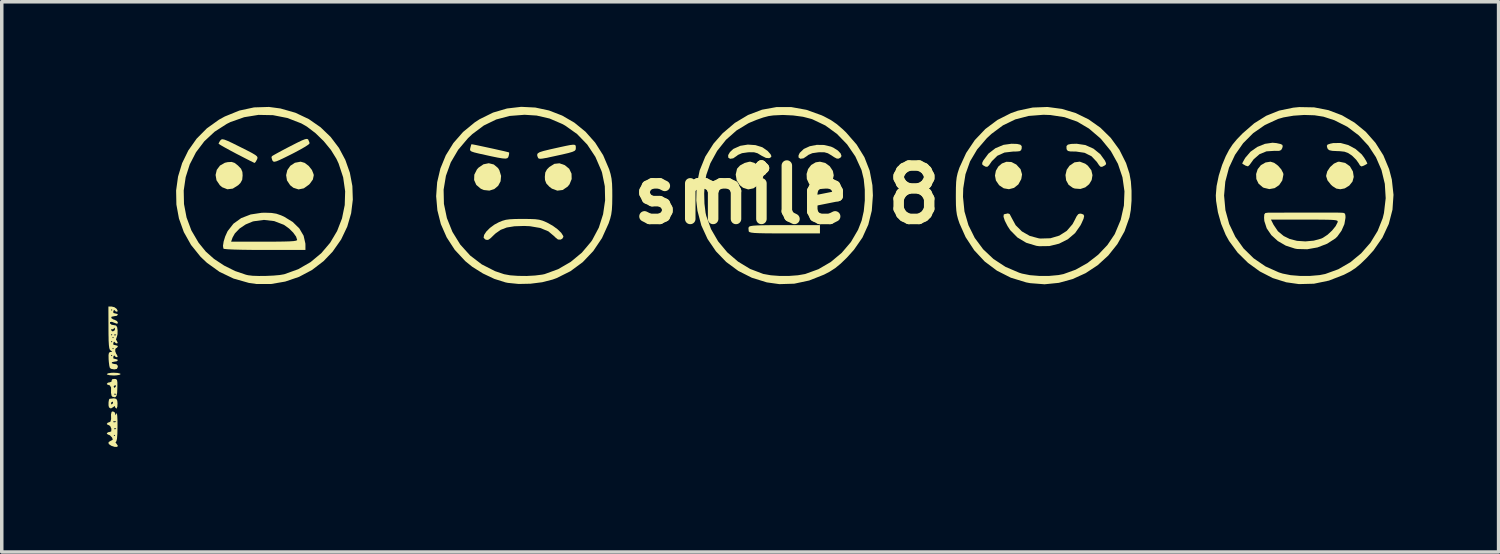
<source format=kicad_pcb>
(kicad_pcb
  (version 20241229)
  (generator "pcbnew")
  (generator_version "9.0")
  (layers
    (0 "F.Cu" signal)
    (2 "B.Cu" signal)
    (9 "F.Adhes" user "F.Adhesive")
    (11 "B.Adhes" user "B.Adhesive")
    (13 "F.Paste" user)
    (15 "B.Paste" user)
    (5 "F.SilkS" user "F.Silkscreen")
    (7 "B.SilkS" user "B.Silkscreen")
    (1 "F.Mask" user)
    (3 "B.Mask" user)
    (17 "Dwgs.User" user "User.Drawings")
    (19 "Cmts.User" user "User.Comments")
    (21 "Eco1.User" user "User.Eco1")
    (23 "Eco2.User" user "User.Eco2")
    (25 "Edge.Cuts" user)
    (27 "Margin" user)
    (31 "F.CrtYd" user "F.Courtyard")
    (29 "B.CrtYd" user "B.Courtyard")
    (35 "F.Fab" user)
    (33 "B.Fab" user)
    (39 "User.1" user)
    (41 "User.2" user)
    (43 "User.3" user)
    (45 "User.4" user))
  (footprint "smile 8"
    (layer "F.Cu")
    (at 19.414 2.511)
    (property "Reference" "smile 8" (at 0 0 0) (layer "F.SilkS") (effects (font (size 1.524 1.524) (thickness 0.3))))
    (attr board_only exclude_from_pos_files exclude_from_bom)
    (fp_poly (pts (xy -19.105 5.087) (xy -19.034 5.105) (xy -19.02 5.119) (xy -19.056 5.142) (xy -19.146 5.156) (xy -19.217 5.159) (xy -19.33 5.152) (xy -19.401 5.134) (xy -19.414 5.119) (xy -19.379 5.097) (xy -19.288 5.083) (xy -19.217 5.08)) (stroke (width 0) (type solid)) (fill yes) (layer "F.SilkS"))
    (fp_poly (pts (xy -8.366 -0.865) (xy -8.246 -0.764) (xy -8.208 -0.703) (xy -8.158 -0.538) (xy -8.173 -0.384) (xy -8.242 -0.256) (xy -8.353 -0.163) (xy -8.493 -0.119) (xy -8.651 -0.136) (xy -8.738 -0.173) (xy -8.866 -0.282) (xy -8.928 -0.421) (xy -8.923 -0.574) (xy -8.848 -0.723) (xy -8.805 -0.772) (xy -8.662 -0.87) (xy -8.51 -0.901)) (stroke (width 0) (type solid)) (fill yes) (layer "F.SilkS"))
    (fp_poly (pts (xy 1.096 -0.909) (xy 1.225 -0.815) (xy 1.313 -0.683) (xy 1.339 -0.555) (xy 1.304 -0.395) (xy 1.212 -0.27) (xy 1.081 -0.189) (xy 0.928 -0.164) (xy 0.77 -0.203) (xy 0.753 -0.212) (xy 0.632 -0.317) (xy 0.571 -0.45) (xy 0.564 -0.595) (xy 0.606 -0.734) (xy 0.694 -0.85) (xy 0.823 -0.926) (xy 0.945 -0.945)) (stroke (width 0) (type solid)) (fill yes) (layer "F.SilkS"))
    (fp_poly (pts (xy 6.408 -0.936) (xy 6.551 -0.864) (xy 6.554 -0.861) (xy 6.673 -0.73) (xy 6.715 -0.582) (xy 6.693 -0.448) (xy 6.609 -0.295) (xy 6.486 -0.197) (xy 6.341 -0.159) (xy 6.192 -0.185) (xy 6.061 -0.273) (xy 5.969 -0.408) (xy 5.942 -0.549) (xy 5.968 -0.686) (xy 6.037 -0.805) (xy 6.141 -0.894) (xy 6.268 -0.942)) (stroke (width 0) (type solid)) (fill yes) (layer "F.SilkS"))
    (fp_poly (pts (xy 8.518 -0.888) (xy 8.593 -0.831) (xy 8.693 -0.7) (xy 8.726 -0.56) (xy 8.703 -0.422) (xy 8.631 -0.302) (xy 8.521 -0.212) (xy 8.382 -0.166) (xy 8.221 -0.178) (xy 8.166 -0.197) (xy 8.045 -0.283) (xy 7.974 -0.412) (xy 7.955 -0.563) (xy 7.99 -0.714) (xy 8.07 -0.83) (xy 8.212 -0.926) (xy 8.364 -0.946)) (stroke (width 0) (type solid)) (fill yes) (layer "F.SilkS"))
    (fp_poly (pts (xy -13.765 -0.911) (xy -13.651 -0.824) (xy -13.558 -0.707) (xy -13.51 -0.584) (xy -13.507 -0.551) (xy -13.532 -0.435) (xy -13.616 -0.318) (xy -13.641 -0.291) (xy -13.79 -0.184) (xy -13.941 -0.153) (xy -14.088 -0.2) (xy -14.18 -0.273) (xy -14.271 -0.41) (xy -14.295 -0.56) (xy -14.261 -0.705) (xy -14.175 -0.828) (xy -14.045 -0.914) (xy -13.88 -0.945)) (stroke (width 0) (type solid)) (fill yes) (layer "F.SilkS"))
    (fp_poly (pts (xy -6.339 -0.846) (xy -6.213 -0.742) (xy -6.147 -0.603) (xy -6.143 -0.449) (xy -6.204 -0.299) (xy -6.258 -0.233) (xy -6.4 -0.137) (xy -6.552 -0.118) (xy -6.707 -0.175) (xy -6.782 -0.232) (xy -6.868 -0.325) (xy -6.904 -0.421) (xy -6.909 -0.512) (xy -6.897 -0.635) (xy -6.848 -0.725) (xy -6.782 -0.792) (xy -6.638 -0.883) (xy -6.492 -0.899)) (stroke (width 0) (type solid)) (fill yes) (layer "F.SilkS"))
    (fp_poly (pts (xy 13.911 -0.913) (xy 14.022 -0.832) (xy 14.116 -0.725) (xy 14.171 -0.616) (xy 14.177 -0.577) (xy 14.144 -0.408) (xy 14.055 -0.276) (xy 13.927 -0.19) (xy 13.775 -0.162) (xy 13.616 -0.2) (xy 13.59 -0.212) (xy 13.467 -0.318) (xy 13.404 -0.45) (xy 13.398 -0.593) (xy 13.442 -0.73) (xy 13.533 -0.845) (xy 13.666 -0.922) (xy 13.808 -0.945)) (stroke (width 0) (type solid)) (fill yes) (layer "F.SilkS"))
    (fp_poly (pts (xy -15.766 -0.91) (xy -15.67 -0.835) (xy -15.582 -0.743) (xy -15.544 -0.651) (xy -15.537 -0.551) (xy -15.549 -0.429) (xy -15.599 -0.338) (xy -15.665 -0.272) (xy -15.818 -0.176) (xy -15.972 -0.157) (xy -16.12 -0.215) (xy -16.188 -0.273) (xy -16.283 -0.414) (xy -16.309 -0.566) (xy -16.275 -0.712) (xy -16.184 -0.834) (xy -16.044 -0.914) (xy -15.964 -0.932) (xy -15.851 -0.938)) (stroke (width 0) (type solid)) (fill yes) (layer "F.SilkS"))
    (fp_poly (pts (xy 15.94 -0.91) (xy 16.076 -0.813) (xy 16.161 -0.666) (xy 16.185 -0.51) (xy 16.149 -0.377) (xy 16.056 -0.261) (xy 15.926 -0.182) (xy 15.803 -0.158) (xy 15.688 -0.177) (xy 15.581 -0.245) (xy 15.531 -0.291) (xy 15.435 -0.412) (xy 15.398 -0.527) (xy 15.398 -0.551) (xy 15.429 -0.67) (xy 15.51 -0.791) (xy 15.618 -0.889) (xy 15.732 -0.941) (xy 15.766 -0.945)) (stroke (width 0) (type solid)) (fill yes) (layer "F.SilkS"))
    (fp_poly (pts (xy -0.927 -0.911) (xy -0.813 -0.824) (xy -0.721 -0.708) (xy -0.672 -0.584) (xy -0.669 -0.551) (xy -0.695 -0.435) (xy -0.778 -0.318) (xy -0.803 -0.291) (xy -0.952 -0.184) (xy -1.103 -0.153) (xy -1.25 -0.2) (xy -1.342 -0.273) (xy -1.432 -0.413) (xy -1.46 -0.578) (xy -1.423 -0.738) (xy -1.417 -0.75) (xy -1.335 -0.838) (xy -1.208 -0.908) (xy -1.071 -0.944) (xy -1.042 -0.945)) (stroke (width 0) (type solid)) (fill yes) (layer "F.SilkS"))
    (fp_poly (pts (xy 0.945 1.103) (xy -0.06 1.103) (xy -0.373 1.102) (xy -0.616 1.1) (xy -0.797 1.096) (xy -0.926 1.09) (xy -1.011 1.08) (xy -1.061 1.067) (xy -1.085 1.05) (xy -1.088 1.044) (xy -1.096 0.955) (xy -1.088 0.925) (xy -1.072 0.907) (xy -1.031 0.893) (xy -0.959 0.882) (xy -0.846 0.875) (xy -0.683 0.87) (xy -0.462 0.867) (xy -0.173 0.866) (xy -0.06 0.866) (xy 0.945 0.866)) (stroke (width 0) (type solid)) (fill yes) (layer "F.SilkS"))
    (fp_poly (pts (xy 6.573 -1.452) (xy 6.665 -1.431) (xy 6.705 -1.39) (xy 6.705 -1.324) (xy 6.687 -1.272) (xy 6.646 -1.245) (xy 6.561 -1.236) (xy 6.465 -1.235) (xy 6.214 -1.206) (xy 6.01 -1.114) (xy 5.853 -0.959) (xy 5.839 -0.939) (xy 5.771 -0.841) (xy 5.723 -0.799) (xy 5.676 -0.802) (xy 5.621 -0.83) (xy 5.577 -0.867) (xy 5.58 -0.918) (xy 5.608 -0.977) (xy 5.755 -1.175) (xy 5.954 -1.329) (xy 6.187 -1.426) (xy 6.414 -1.457)) (stroke (width 0) (type solid)) (fill yes) (layer "F.SilkS"))
    (fp_poly (pts (xy 8.523 -1.42) (xy 8.754 -1.317) (xy 8.949 -1.159) (xy 9.081 -0.976) (xy 9.115 -0.898) (xy 9.102 -0.856) (xy 9.06 -0.828) (xy 8.999 -0.798) (xy 8.958 -0.799) (xy 8.915 -0.842) (xy 8.85 -0.939) (xy 8.698 -1.1) (xy 8.499 -1.199) (xy 8.253 -1.235) (xy 8.224 -1.235) (xy 8.096 -1.237) (xy 8.026 -1.251) (xy 7.994 -1.285) (xy 7.984 -1.324) (xy 7.984 -1.391) (xy 8.024 -1.432) (xy 8.117 -1.452) (xy 8.274 -1.457)) (stroke (width 0) (type solid)) (fill yes) (layer "F.SilkS"))
    (fp_poly (pts (xy 13.976 -1.476) (xy 14.094 -1.45) (xy 14.149 -1.422) (xy 14.156 -1.376) (xy 14.142 -1.329) (xy 14.111 -1.277) (xy 14.054 -1.254) (xy 13.947 -1.254) (xy 13.926 -1.255) (xy 13.693 -1.24) (xy 13.496 -1.16) (xy 13.326 -1.012) (xy 13.212 -0.854) (xy 13.166 -0.812) (xy 13.098 -0.831) (xy 13.094 -0.834) (xy 13.027 -0.873) (xy 13.002 -0.888) (xy 13.014 -0.924) (xy 13.058 -1.004) (xy 13.091 -1.059) (xy 13.238 -1.23) (xy 13.431 -1.366) (xy 13.647 -1.454) (xy 13.865 -1.486)) (stroke (width 0) (type solid)) (fill yes) (layer "F.SilkS"))
    (fp_poly (pts (xy -0.896 -1.418) (xy -0.698 -1.356) (xy -0.551 -1.254) (xy -0.465 -1.158) (xy -0.439 -1.098) (xy -0.47 -1.06) (xy -0.508 -1.045) (xy -0.597 -1.053) (xy -0.719 -1.114) (xy -0.735 -1.124) (xy -0.837 -1.186) (xy -0.934 -1.213) (xy -1.061 -1.215) (xy -1.112 -1.212) (xy -1.28 -1.188) (xy -1.393 -1.139) (xy -1.43 -1.11) (xy -1.531 -1.041) (xy -1.62 -1.027) (xy -1.673 -1.062) (xy -1.675 -1.133) (xy -1.623 -1.221) (xy -1.531 -1.306) (xy -1.52 -1.313) (xy -1.33 -1.398) (xy -1.114 -1.433)) (stroke (width 0) (type solid)) (fill yes) (layer "F.SilkS"))
    (fp_poly (pts (xy 1.062 -1.422) (xy 1.26 -1.375) (xy 1.328 -1.345) (xy 1.456 -1.264) (xy 1.536 -1.18) (xy 1.561 -1.106) (xy 1.53 -1.059) (xy 1.477 -1.032) (xy 1.426 -1.034) (xy 1.353 -1.072) (xy 1.272 -1.126) (xy 1.17 -1.186) (xy 1.073 -1.213) (xy 0.945 -1.215) (xy 0.896 -1.212) (xy 0.728 -1.188) (xy 0.615 -1.139) (xy 0.579 -1.11) (xy 0.476 -1.041) (xy 0.387 -1.028) (xy 0.334 -1.065) (xy 0.334 -1.125) (xy 0.368 -1.197) (xy 0.485 -1.309) (xy 0.653 -1.386) (xy 0.852 -1.425)) (stroke (width 0) (type solid)) (fill yes) (layer "F.SilkS"))
    (fp_poly (pts (xy -13.67 -1.583) (xy -13.664 -1.575) (xy -13.631 -1.497) (xy -13.626 -1.467) (xy -13.659 -1.433) (xy -13.751 -1.372) (xy -13.889 -1.293) (xy -14.06 -1.201) (xy -14.136 -1.162) (xy -14.335 -1.063) (xy -14.476 -0.996) (xy -14.569 -0.957) (xy -14.627 -0.943) (xy -14.661 -0.949) (xy -14.683 -0.974) (xy -14.691 -0.989) (xy -14.713 -1.064) (xy -14.702 -1.101) (xy -14.657 -1.129) (xy -14.555 -1.186) (xy -14.411 -1.264) (xy -14.238 -1.355) (xy -14.185 -1.382) (xy -13.988 -1.483) (xy -13.849 -1.55) (xy -13.757 -1.586) (xy -13.701 -1.596)) (stroke (width 0) (type solid)) (fill yes) (layer "F.SilkS"))
    (fp_poly (pts (xy -8.966 -1.438) (xy -8.868 -1.419) (xy -8.727 -1.389) (xy -8.56 -1.353) (xy -8.384 -1.315) (xy -8.216 -1.277) (xy -8.072 -1.245) (xy -7.971 -1.22) (xy -7.929 -1.208) (xy -7.929 -1.208) (xy -7.929 -1.167) (xy -7.941 -1.111) (xy -7.956 -1.069) (xy -7.983 -1.043) (xy -8.034 -1.033) (xy -8.12 -1.039) (xy -8.253 -1.061) (xy -8.443 -1.1) (xy -8.597 -1.134) (xy -8.792 -1.177) (xy -8.923 -1.209) (xy -9 -1.235) (xy -9.037 -1.262) (xy -9.045 -1.294) (xy -9.037 -1.336) (xy -9.016 -1.413) (xy -9.005 -1.443)) (stroke (width 0) (type solid)) (fill yes) (layer "F.SilkS"))
    (fp_poly (pts (xy -16.058 -1.575) (xy -15.97 -1.541) (xy -15.836 -1.479) (xy -15.647 -1.385) (xy -15.603 -1.363) (xy -15.402 -1.262) (xy -15.263 -1.189) (xy -15.174 -1.136) (xy -15.127 -1.096) (xy -15.112 -1.062) (xy -15.119 -1.027) (xy -15.129 -1.004) (xy -15.169 -0.934) (xy -15.197 -0.909) (xy -15.238 -0.928) (xy -15.337 -0.977) (xy -15.478 -1.049) (xy -15.65 -1.138) (xy -15.722 -1.175) (xy -15.9 -1.27) (xy -16.051 -1.353) (xy -16.161 -1.416) (xy -16.218 -1.453) (xy -16.224 -1.459) (xy -16.204 -1.505) (xy -16.173 -1.552) (xy -16.148 -1.577) (xy -16.114 -1.586)) (stroke (width 0) (type solid)) (fill yes) (layer "F.SilkS"))
    (fp_poly (pts (xy 16.028 -1.42) (xy 16.236 -1.308) (xy 16.411 -1.155) (xy 16.483 -1.059) (xy 16.54 -0.964) (xy 16.57 -0.901) (xy 16.572 -0.888) (xy 16.531 -0.863) (xy 16.472 -0.832) (xy 16.408 -0.809) (xy 16.363 -0.837) (xy 16.324 -0.903) (xy 16.254 -1.001) (xy 16.152 -1.103) (xy 16.119 -1.13) (xy 16.021 -1.194) (xy 15.92 -1.23) (xy 15.784 -1.245) (xy 15.718 -1.247) (xy 15.575 -1.254) (xy 15.491 -1.271) (xy 15.448 -1.302) (xy 15.431 -1.335) (xy 15.416 -1.396) (xy 15.438 -1.433) (xy 15.514 -1.459) (xy 15.598 -1.476) (xy 15.809 -1.479)) (stroke (width 0) (type solid)) (fill yes) (layer "F.SilkS"))
    (fp_poly (pts (xy -19.144 5.826) (xy -19.116 5.88) (xy -19.109 5.955) (xy -19.114 6.05) (xy -19.134 6.101) (xy -19.141 6.104) (xy -19.176 6.073) (xy -19.178 6.057) (xy -19.19 6.029) (xy -19.225 6.057) (xy -19.298 6.102) (xy -19.351 6.071) (xy -19.353 6.068) (xy -19.366 6.01) (xy -19.365 5.946) (xy -19.296 5.946) (xy -19.283 5.985) (xy -19.279 5.986) (xy -19.245 5.958) (xy -19.237 5.946) (xy -19.24 5.91) (xy -19.254 5.907) (xy -19.295 5.936) (xy -19.296 5.946) (xy -19.365 5.946) (xy -19.365 5.925) (xy -19.353 5.851) (xy -19.337 5.825) (xy -19.212 5.811)) (stroke (width 0) (type solid)) (fill yes) (layer "F.SilkS"))
    (fp_poly (pts (xy -6.053 -1.425) (xy -6.03 -1.405) (xy -6.025 -1.372) (xy -6.025 -1.324) (xy -6.025 -1.32) (xy -6.032 -1.283) (xy -6.061 -1.253) (xy -6.124 -1.225) (xy -6.234 -1.193) (xy -6.403 -1.153) (xy -6.508 -1.13) (xy -6.725 -1.083) (xy -6.878 -1.051) (xy -6.979 -1.033) (xy -7.04 -1.028) (xy -7.076 -1.033) (xy -7.098 -1.046) (xy -7.101 -1.05) (xy -7.124 -1.108) (xy -7.128 -1.145) (xy -7.112 -1.182) (xy -7.057 -1.216) (xy -6.951 -1.25) (xy -6.779 -1.292) (xy -6.763 -1.296) (xy -6.508 -1.353) (xy -6.319 -1.394) (xy -6.187 -1.42) (xy -6.101 -1.43)) (stroke (width 0) (type solid)) (fill yes) (layer "F.SilkS"))
    (fp_poly (pts (xy 6.361 0.55) (xy 6.411 0.644) (xy 6.414 0.651) (xy 6.533 0.869) (xy 6.711 1.046) (xy 6.937 1.175) (xy 7.195 1.244) (xy 7.243 1.249) (xy 7.525 1.241) (xy 7.778 1.166) (xy 7.991 1.031) (xy 8.157 0.838) (xy 8.214 0.731) (xy 8.273 0.614) (xy 8.319 0.554) (xy 8.368 0.537) (xy 8.409 0.542) (xy 8.467 0.563) (xy 8.488 0.606) (xy 8.471 0.684) (xy 8.414 0.812) (xy 8.384 0.872) (xy 8.23 1.093) (xy 8.022 1.27) (xy 7.772 1.396) (xy 7.495 1.464) (xy 7.205 1.468) (xy 7.124 1.457) (xy 6.835 1.37) (xy 6.583 1.219) (xy 6.378 1.011) (xy 6.301 0.893) (xy 6.223 0.741) (xy 6.186 0.627) (xy 6.193 0.563) (xy 6.219 0.551) (xy 6.286 0.538) (xy 6.309 0.531)) (stroke (width 0) (type solid)) (fill yes) (layer "F.SilkS"))
    (fp_poly (pts (xy -7.334 0.691) (xy -7.184 0.697) (xy -7.072 0.712) (xy -6.976 0.738) (xy -6.877 0.779) (xy -6.839 0.797) (xy -6.683 0.884) (xy -6.545 0.985) (xy -6.44 1.087) (xy -6.384 1.176) (xy -6.38 1.203) (xy -6.412 1.255) (xy -6.459 1.28) (xy -6.534 1.277) (xy -6.616 1.211) (xy -6.635 1.189) (xy -6.808 1.044) (xy -7.043 0.947) (xy -7.337 0.897) (xy -7.502 0.89) (xy -7.778 0.899) (xy -7.995 0.934) (xy -8.168 1) (xy -8.313 1.101) (xy -8.362 1.146) (xy -8.455 1.237) (xy -8.515 1.281) (xy -8.56 1.29) (xy -8.614 1.274) (xy -8.614 1.273) (xy -8.657 1.225) (xy -8.643 1.146) (xy -8.58 1.05) (xy -8.479 0.948) (xy -8.348 0.851) (xy -8.221 0.783) (xy -8.12 0.742) (xy -8.022 0.714) (xy -7.907 0.699) (xy -7.753 0.691) (xy -7.541 0.689)) (stroke (width 0) (type solid)) (fill yes) (layer "F.SilkS"))
    (fp_poly (pts (xy -19.152 5.262) (xy -19.124 5.288) (xy -19.113 5.353) (xy -19.113 5.475) (xy -19.114 5.513) (xy -19.12 5.655) (xy -19.136 5.737) (xy -19.166 5.774) (xy -19.188 5.781) (xy -19.257 5.765) (xy -19.279 5.737) (xy -19.289 5.684) (xy -19.204 5.684) (xy -19.199 5.707) (xy -19.178 5.71) (xy -19.146 5.696) (xy -19.152 5.684) (xy -19.198 5.679) (xy -19.204 5.684) (xy -19.289 5.684) (xy -19.295 5.651) (xy -19.294 5.626) (xy -19.293 5.503) (xy -19.31 5.474) (xy -19.217 5.474) (xy -19.204 5.512) (xy -19.2 5.513) (xy -19.166 5.486) (xy -19.158 5.474) (xy -19.161 5.438) (xy -19.176 5.434) (xy -19.216 5.463) (xy -19.217 5.474) (xy -19.31 5.474) (xy -19.329 5.441) (xy -19.355 5.434) (xy -19.408 5.413) (xy -19.414 5.395) (xy -19.381 5.363) (xy -19.337 5.356) (xy -19.281 5.336) (xy -19.278 5.306) (xy -19.262 5.267) (xy -19.203 5.257)) (stroke (width 0) (type solid)) (fill yes) (layer "F.SilkS"))
    (fp_poly (pts (xy -14.714 0.518) (xy -14.575 0.54) (xy -14.441 0.586) (xy -14.354 0.625) (xy -14.107 0.776) (xy -13.919 0.96) (xy -13.796 1.169) (xy -13.745 1.394) (xy -13.744 1.436) (xy -13.744 1.575) (xy -14.903 1.575) (xy -15.251 1.574) (xy -15.546 1.57) (xy -15.782 1.564) (xy -15.954 1.556) (xy -16.058 1.546) (xy -16.086 1.536) (xy -16.098 1.458) (xy -16.08 1.339) (xy -15.866 1.339) (xy -14.923 1.339) (xy -14.613 1.338) (xy -14.374 1.335) (xy -14.2 1.33) (xy -14.081 1.322) (xy -14.011 1.31) (xy -13.982 1.295) (xy -13.98 1.289) (xy -14.011 1.194) (xy -14.093 1.08) (xy -14.209 0.965) (xy -14.341 0.869) (xy -14.365 0.855) (xy -14.636 0.751) (xy -14.928 0.717) (xy -15.221 0.756) (xy -15.254 0.765) (xy -15.451 0.847) (xy -15.626 0.965) (xy -15.76 1.105) (xy -15.825 1.222) (xy -15.866 1.339) (xy -16.08 1.339) (xy -16.079 1.334) (xy -16.035 1.19) (xy -15.971 1.049) (xy -15.963 1.035) (xy -15.799 0.825) (xy -15.578 0.666) (xy -15.308 0.562) (xy -14.993 0.514) (xy -14.895 0.512)) (stroke (width 0) (type solid)) (fill yes) (layer "F.SilkS"))
    (fp_poly (pts (xy 15.538 0.509) (xy 15.689 0.509) (xy 15.776 0.51) (xy 15.781 0.51) (xy 15.886 0.515) (xy 15.935 0.538) (xy 15.948 0.6) (xy 15.949 0.657) (xy 15.918 0.838) (xy 15.835 1.027) (xy 15.716 1.192) (xy 15.66 1.246) (xy 15.426 1.397) (xy 15.15 1.503) (xy 14.857 1.555) (xy 14.572 1.548) (xy 14.505 1.536) (xy 14.245 1.452) (xy 14.017 1.32) (xy 13.832 1.152) (xy 13.7 0.958) (xy 13.632 0.748) (xy 13.629 0.709) (xy 13.821 0.709) (xy 13.896 0.857) (xy 14.02 1.041) (xy 14.185 1.177) (xy 14.358 1.262) (xy 14.565 1.315) (xy 14.804 1.331) (xy 15.044 1.309) (xy 15.253 1.252) (xy 15.305 1.228) (xy 15.438 1.14) (xy 15.566 1.021) (xy 15.669 0.894) (xy 15.725 0.783) (xy 15.728 0.76) (xy 15.716 0.742) (xy 15.682 0.729) (xy 15.615 0.72) (xy 15.507 0.714) (xy 15.348 0.711) (xy 15.131 0.709) (xy 14.846 0.709) (xy 14.783 0.709) (xy 13.821 0.709) (xy 13.629 0.709) (xy 13.625 0.657) (xy 13.631 0.561) (xy 13.661 0.521) (xy 13.738 0.511) (xy 13.753 0.511) (xy 13.902 0.511) (xy 14.1 0.51) (xy 14.333 0.509) (xy 14.588 0.509) (xy 14.85 0.509) (xy 15.105 0.509) (xy 15.339 0.509)) (stroke (width 0) (type solid)) (fill yes) (layer "F.SilkS"))
    (fp_poly (pts (xy -19.186 6.215) (xy -19.175 6.252) (xy -19.169 6.294) (xy -19.15 6.265) (xy -19.14 6.242) (xy -19.126 6.242) (xy -19.116 6.315) (xy -19.11 6.452) (xy -19.109 6.606) (xy -19.113 6.82) (xy -19.124 6.966) (xy -19.142 7.04) (xy -19.152 7.049) (xy -19.168 7.068) (xy -19.146 7.096) (xy -19.1 7.163) (xy -19.118 7.198) (xy -19.194 7.196) (xy -19.286 7.166) (xy -19.361 7.115) (xy -19.365 7.061) (xy -19.299 7.022) (xy -19.298 7.022) (xy -19.246 6.995) (xy -19.258 6.945) (xy -19.268 6.927) (xy -19.321 6.872) (xy -19.217 6.872) (xy -19.198 6.891) (xy -19.178 6.872) (xy -19.198 6.852) (xy -19.217 6.872) (xy -19.321 6.872) (xy -19.326 6.867) (xy -19.365 6.852) (xy -19.411 6.827) (xy -19.414 6.813) (xy -19.382 6.78) (xy -19.341 6.773) (xy -19.289 6.756) (xy -19.284 6.69) (xy -19.286 6.675) (xy -19.289 6.668) (xy -19.204 6.668) (xy -19.199 6.692) (xy -19.178 6.695) (xy -19.146 6.68) (xy -19.152 6.668) (xy -19.198 6.664) (xy -19.204 6.668) (xy -19.289 6.668) (xy -19.319 6.601) (xy -19.36 6.576) (xy -19.409 6.554) (xy -19.414 6.537) (xy -19.382 6.502) (xy -19.355 6.498) (xy -19.336 6.488) (xy -19.24 6.488) (xy -19.201 6.495) (xy -19.15 6.487) (xy -19.149 6.474) (xy -19.202 6.464) (xy -19.225 6.471) (xy -19.24 6.488) (xy -19.336 6.488) (xy -19.31 6.476) (xy -19.291 6.402) (xy -19.295 6.271) (xy -19.278 6.198) (xy -19.24 6.183)) (stroke (width 0) (type solid)) (fill yes) (layer "F.SilkS"))
    (fp_poly (pts (xy -14.457 -2.464) (xy -14.03 -2.342) (xy -13.648 -2.161) (xy -13.312 -1.928) (xy -13.025 -1.652) (xy -12.788 -1.339) (xy -12.605 -0.996) (xy -12.476 -0.631) (xy -12.404 -0.25) (xy -12.391 0.138) (xy -12.439 0.527) (xy -12.55 0.909) (xy -12.725 1.277) (xy -12.968 1.624) (xy -13.226 1.894) (xy -13.556 2.147) (xy -13.926 2.343) (xy -14.322 2.478) (xy -14.73 2.548) (xy -15.137 2.548) (xy -15.355 2.517) (xy -15.796 2.392) (xy -16.197 2.2) (xy -16.556 1.942) (xy -16.736 1.772) (xy -17.01 1.432) (xy -17.216 1.065) (xy -17.355 0.678) (xy -17.428 0.28) (xy -17.436 -0.122) (xy -17.436 -0.122) (xy -17.219 -0.122) (xy -17.211 0.264) (xy -17.138 0.647) (xy -17 1.018) (xy -16.794 1.369) (xy -16.589 1.621) (xy -16.353 1.831) (xy -16.065 2.021) (xy -15.752 2.177) (xy -15.44 2.283) (xy -15.378 2.297) (xy -15.251 2.312) (xy -15.072 2.318) (xy -14.867 2.316) (xy -14.661 2.307) (xy -14.48 2.291) (xy -14.351 2.269) (xy -14.348 2.268) (xy -13.95 2.125) (xy -13.597 1.922) (xy -13.292 1.668) (xy -13.039 1.37) (xy -12.84 1.036) (xy -12.7 0.675) (xy -12.622 0.293) (xy -12.61 -0.1) (xy -12.667 -0.498) (xy -12.797 -0.893) (xy -12.86 -1.028) (xy -13.015 -1.279) (xy -13.22 -1.529) (xy -13.456 -1.759) (xy -13.703 -1.947) (xy -13.862 -2.038) (xy -14.259 -2.192) (xy -14.67 -2.273) (xy -15.084 -2.281) (xy -15.492 -2.215) (xy -15.883 -2.077) (xy -15.988 -2.025) (xy -16.338 -1.8) (xy -16.632 -1.526) (xy -16.869 -1.213) (xy -17.046 -0.869) (xy -17.163 -0.503) (xy -17.219 -0.122) (xy -17.436 -0.122) (xy -17.381 -0.519) (xy -17.265 -0.902) (xy -17.088 -1.265) (xy -16.853 -1.599) (xy -16.56 -1.895) (xy -16.211 -2.145) (xy -16.047 -2.235) (xy -15.632 -2.404) (xy -15.21 -2.495) (xy -14.784 -2.508)) (stroke (width 0) (type solid)) (fill yes) (layer "F.SilkS"))
    (fp_poly (pts (xy 15.053 -2.496) (xy 15.463 -2.416) (xy 15.85 -2.269) (xy 16.208 -2.06) (xy 16.529 -1.797) (xy 16.805 -1.484) (xy 17.03 -1.127) (xy 17.195 -0.732) (xy 17.272 -0.436) (xy 17.32 0.001) (xy 17.291 0.425) (xy 17.185 0.833) (xy 17.004 1.222) (xy 16.749 1.589) (xy 16.557 1.8) (xy 16.385 1.967) (xy 16.236 2.091) (xy 16.085 2.19) (xy 15.908 2.282) (xy 15.906 2.283) (xy 15.477 2.45) (xy 15.049 2.539) (xy 14.62 2.55) (xy 14.256 2.498) (xy 13.873 2.378) (xy 13.505 2.189) (xy 13.166 1.943) (xy 12.868 1.649) (xy 12.625 1.318) (xy 12.528 1.142) (xy 12.4 0.831) (xy 12.307 0.499) (xy 12.255 0.176) (xy 12.247 0.02) (xy 12.483 0.02) (xy 12.521 0.439) (xy 12.63 0.836) (xy 12.805 1.202) (xy 13.039 1.531) (xy 13.328 1.814) (xy 13.665 2.045) (xy 14.045 2.215) (xy 14.157 2.25) (xy 14.385 2.295) (xy 14.656 2.317) (xy 14.941 2.316) (xy 15.208 2.293) (xy 15.372 2.261) (xy 15.744 2.126) (xy 16.089 1.926) (xy 16.398 1.67) (xy 16.661 1.369) (xy 16.868 1.031) (xy 17.012 0.667) (xy 17.048 0.52) (xy 17.097 0.098) (xy 17.072 -0.313) (xy 16.977 -0.706) (xy 16.819 -1.072) (xy 16.6 -1.405) (xy 16.327 -1.697) (xy 16.003 -1.941) (xy 15.633 -2.128) (xy 15.319 -2.23) (xy 15.064 -2.27) (xy 14.768 -2.279) (xy 14.463 -2.258) (xy 14.178 -2.209) (xy 14.025 -2.165) (xy 13.648 -1.992) (xy 13.313 -1.759) (xy 13.027 -1.472) (xy 12.795 -1.14) (xy 12.623 -0.772) (xy 12.518 -0.375) (xy 12.483 0.02) (xy 12.247 0.02) (xy 12.247 0.015) (xy 12.269 -0.249) (xy 12.331 -0.547) (xy 12.426 -0.85) (xy 12.53 -1.1) (xy 12.625 -1.282) (xy 12.726 -1.436) (xy 12.853 -1.589) (xy 13.01 -1.751) (xy 13.342 -2.04) (xy 13.687 -2.256) (xy 14.054 -2.403) (xy 14.457 -2.487) (xy 14.628 -2.504)) (stroke (width 0) (type solid)) (fill yes) (layer "F.SilkS"))
    (fp_poly (pts (xy -7.182 -2.491) (xy -6.79 -2.407) (xy -6.415 -2.262) (xy -6.065 -2.059) (xy -5.748 -1.8) (xy -5.472 -1.489) (xy -5.244 -1.129) (xy -5.073 -0.729) (xy -5.032 -0.592) (xy -5.005 -0.462) (xy -4.99 -0.316) (xy -4.984 -0.13) (xy -4.983 0.039) (xy -4.986 0.261) (xy -4.995 0.426) (xy -5.013 0.559) (xy -5.043 0.682) (xy -5.088 0.817) (xy -5.089 0.82) (xy -5.278 1.237) (xy -5.526 1.606) (xy -5.827 1.923) (xy -6.178 2.182) (xy -6.571 2.378) (xy -6.686 2.42) (xy -6.986 2.497) (xy -7.32 2.539) (xy -7.656 2.546) (xy -7.964 2.515) (xy -8.033 2.501) (xy -8.351 2.401) (xy -8.676 2.247) (xy -8.981 2.056) (xy -9.181 1.894) (xy -9.481 1.571) (xy -9.712 1.215) (xy -9.878 0.837) (xy -9.977 0.443) (xy -10.012 0.041) (xy -9.999 -0.145) (xy -9.799 -0.145) (xy -9.79 0.26) (xy -9.705 0.666) (xy -9.548 1.058) (xy -9.323 1.422) (xy -9.041 1.734) (xy -8.708 1.988) (xy -8.329 2.181) (xy -8.073 2.267) (xy -7.899 2.299) (xy -7.676 2.315) (xy -7.43 2.318) (xy -7.19 2.305) (xy -6.984 2.279) (xy -6.914 2.264) (xy -6.53 2.124) (xy -6.172 1.917) (xy -5.853 1.653) (xy -5.589 1.34) (xy -5.554 1.288) (xy -5.368 0.938) (xy -5.246 0.555) (xy -5.188 0.156) (xy -5.197 -0.244) (xy -5.275 -0.628) (xy -5.292 -0.68) (xy -5.466 -1.083) (xy -5.699 -1.435) (xy -5.988 -1.734) (xy -6.331 -1.977) (xy -6.415 -2.023) (xy -6.774 -2.177) (xy -7.143 -2.262) (xy -7.489 -2.284) (xy -7.912 -2.251) (xy -8.297 -2.15) (xy -8.651 -1.978) (xy -8.98 -1.732) (xy -9.101 -1.618) (xy -9.383 -1.285) (xy -9.595 -0.924) (xy -9.733 -0.542) (xy -9.799 -0.145) (xy -9.999 -0.145) (xy -9.983 -0.359) (xy -9.891 -0.751) (xy -9.737 -1.126) (xy -9.521 -1.476) (xy -9.244 -1.793) (xy -8.908 -2.069) (xy -8.772 -2.157) (xy -8.387 -2.347) (xy -7.988 -2.464) (xy -7.584 -2.511)) (stroke (width 0) (type solid)) (fill yes) (layer "F.SilkS"))
    (fp_poly (pts (xy 7.854 -2.452) (xy 8.248 -2.333) (xy 8.617 -2.152) (xy 8.953 -1.914) (xy 9.248 -1.624) (xy 9.494 -1.286) (xy 9.685 -0.904) (xy 9.782 -0.604) (xy 9.822 -0.381) (xy 9.841 -0.114) (xy 9.841 0.168) (xy 9.82 0.434) (xy 9.783 0.641) (xy 9.641 1.043) (xy 9.436 1.409) (xy 9.178 1.733) (xy 8.874 2.011) (xy 8.531 2.237) (xy 8.159 2.406) (xy 7.766 2.514) (xy 7.358 2.555) (xy 6.946 2.523) (xy 6.832 2.501) (xy 6.394 2.367) (xy 5.999 2.167) (xy 5.649 1.905) (xy 5.35 1.585) (xy 5.104 1.21) (xy 4.93 0.82) (xy 4.886 0.689) (xy 4.856 0.573) (xy 4.838 0.449) (xy 4.828 0.296) (xy 4.825 0.093) (xy 4.825 0.059) (xy 5.029 0.059) (xy 5.071 0.476) (xy 5.185 0.869) (xy 5.364 1.231) (xy 5.604 1.555) (xy 5.899 1.833) (xy 6.243 2.058) (xy 6.631 2.224) (xy 6.714 2.25) (xy 6.941 2.295) (xy 7.211 2.317) (xy 7.493 2.316) (xy 7.755 2.292) (xy 7.897 2.264) (xy 8.244 2.139) (xy 8.58 1.951) (xy 8.888 1.712) (xy 9.152 1.435) (xy 9.355 1.133) (xy 9.365 1.115) (xy 9.532 0.716) (xy 9.623 0.309) (xy 9.639 -0.098) (xy 9.582 -0.499) (xy 9.452 -0.885) (xy 9.25 -1.249) (xy 8.978 -1.583) (xy 8.944 -1.618) (xy 8.626 -1.89) (xy 8.289 -2.089) (xy 7.925 -2.216) (xy 7.524 -2.277) (xy 7.325 -2.284) (xy 6.904 -2.251) (xy 6.522 -2.152) (xy 6.17 -1.982) (xy 5.841 -1.738) (xy 5.709 -1.615) (xy 5.433 -1.294) (xy 5.231 -0.954) (xy 5.1 -0.586) (xy 5.036 -0.183) (xy 5.029 0.059) (xy 4.825 0.059) (xy 4.825 0.02) (xy 4.827 -0.203) (xy 4.834 -0.368) (xy 4.849 -0.498) (xy 4.875 -0.615) (xy 4.915 -0.739) (xy 4.93 -0.781) (xy 5.119 -1.193) (xy 5.366 -1.561) (xy 5.666 -1.877) (xy 6.012 -2.136) (xy 6.398 -2.331) (xy 6.596 -2.401) (xy 7.02 -2.491) (xy 7.442 -2.507)) (stroke (width 0) (type solid)) (fill yes) (layer "F.SilkS"))
    (fp_poly (pts (xy 0.127 -2.504) (xy 0.557 -2.426) (xy 0.989 -2.271) (xy 1.058 -2.239) (xy 1.256 -2.134) (xy 1.428 -2.016) (xy 1.602 -1.866) (xy 1.692 -1.779) (xy 1.991 -1.436) (xy 2.214 -1.074) (xy 2.365 -0.688) (xy 2.443 -0.273) (xy 2.457 0.02) (xy 2.425 0.454) (xy 2.326 0.852) (xy 2.159 1.22) (xy 1.918 1.568) (xy 1.713 1.796) (xy 1.537 1.966) (xy 1.382 2.093) (xy 1.222 2.196) (xy 1.063 2.279) (xy 0.639 2.447) (xy 0.213 2.538) (xy -0.212 2.551) (xy -0.571 2.501) (xy -0.998 2.369) (xy -1.386 2.173) (xy -1.73 1.919) (xy -2.024 1.614) (xy -2.263 1.263) (xy -2.441 0.875) (xy -2.552 0.455) (xy -2.586 0.165) (xy -2.581 -0.038) (xy -2.36 -0.038) (xy -2.352 0.253) (xy -2.32 0.517) (xy -2.3 0.605) (xy -2.164 0.981) (xy -1.961 1.331) (xy -1.701 1.643) (xy -1.393 1.908) (xy -1.048 2.117) (xy -0.675 2.259) (xy -0.665 2.261) (xy -0.459 2.298) (xy -0.207 2.317) (xy 0.061 2.317) (xy 0.315 2.298) (xy 0.523 2.262) (xy 0.903 2.124) (xy 1.254 1.919) (xy 1.566 1.658) (xy 1.829 1.349) (xy 2.033 1) (xy 2.136 0.735) (xy 2.196 0.468) (xy 2.226 0.164) (xy 2.225 -0.15) (xy 2.195 -0.447) (xy 2.134 -0.699) (xy 2.131 -0.709) (xy 1.956 -1.094) (xy 1.72 -1.44) (xy 1.432 -1.737) (xy 1.099 -1.979) (xy 0.73 -2.155) (xy 0.698 -2.166) (xy 0.462 -2.227) (xy 0.181 -2.265) (xy -0.112 -2.279) (xy -0.387 -2.266) (xy -0.521 -2.247) (xy -0.674 -2.207) (xy -0.862 -2.141) (xy -1.051 -2.063) (xy -1.099 -2.041) (xy -1.437 -1.836) (xy -1.737 -1.57) (xy -1.989 -1.254) (xy -2.184 -0.899) (xy -2.3 -0.565) (xy -2.343 -0.322) (xy -2.36 -0.038) (xy -2.581 -0.038) (xy -2.575 -0.274) (xy -2.489 -0.694) (xy -2.328 -1.09) (xy -2.093 -1.46) (xy -1.835 -1.754) (xy -1.483 -2.053) (xy -1.107 -2.278) (xy -0.709 -2.429) (xy -0.296 -2.504)) (stroke (width 0) (type solid)) (fill yes) (layer "F.SilkS"))
    (fp_poly (pts (xy -19.197 3.21) (xy -19.132 3.258) (xy -19.105 3.312) (xy -19.115 3.337) (xy -19.156 3.335) (xy -19.175 3.313) (xy -19.206 3.286) (xy -19.23 3.324) (xy -19.227 3.375) (xy -19.177 3.387) (xy -19.113 3.403) (xy -19.099 3.426) (xy -19.133 3.456) (xy -19.198 3.465) (xy -19.278 3.481) (xy -19.289 3.518) (xy -19.232 3.557) (xy -19.198 3.567) (xy -19.124 3.605) (xy -19.099 3.648) (xy -19.115 3.684) (xy -19.173 3.665) (xy -19.175 3.664) (xy -19.269 3.627) (xy -19.322 3.634) (xy -19.325 3.672) (xy -19.278 3.71) (xy -19.214 3.721) (xy -19.15 3.733) (xy -19.119 3.782) (xy -19.107 3.872) (xy -19.109 3.983) (xy -19.129 4.063) (xy -19.135 4.072) (xy -19.153 4.134) (xy -19.13 4.167) (xy -19.105 4.221) (xy -19.114 4.241) (xy -19.156 4.24) (xy -19.175 4.219) (xy -19.206 4.191) (xy -19.23 4.23) (xy -19.227 4.281) (xy -19.177 4.292) (xy -19.113 4.309) (xy -19.099 4.332) (xy -19.129 4.37) (xy -19.139 4.371) (xy -19.172 4.401) (xy -19.174 4.469) (xy -19.146 4.541) (xy -19.131 4.56) (xy -19.106 4.614) (xy -19.114 4.635) (xy -19.156 4.634) (xy -19.175 4.613) (xy -19.206 4.585) (xy -19.23 4.624) (xy -19.227 4.675) (xy -19.177 4.686) (xy -19.113 4.703) (xy -19.099 4.726) (xy -19.133 4.754) (xy -19.204 4.765) (xy -19.27 4.78) (xy -19.27 4.81) (xy -19.214 4.829) (xy -19.141 4.838) (xy -19.139 4.839) (xy -19.105 4.876) (xy -19.099 4.915) (xy -19.127 4.971) (xy -19.2 4.985) (xy -19.286 4.971) (xy -19.326 4.945) (xy -19.343 4.884) (xy -19.357 4.775) (xy -19.363 4.697) (xy -19.365 4.588) (xy -19.296 4.588) (xy -19.276 4.607) (xy -19.257 4.588) (xy -19.276 4.568) (xy -19.296 4.588) (xy -19.365 4.588) (xy -19.365 4.574) (xy -19.353 4.511) (xy -19.32 4.489) (xy -19.305 4.488) (xy -19.259 4.483) (xy -19.284 4.459) (xy -19.301 4.449) (xy -19.326 4.425) (xy -19.339 4.391) (xy -19.257 4.391) (xy -19.237 4.411) (xy -19.217 4.391) (xy -19.237 4.371) (xy -19.257 4.391) (xy -19.339 4.391) (xy -19.344 4.377) (xy -19.355 4.294) (xy -19.361 4.194) (xy -19.296 4.194) (xy -19.276 4.214) (xy -19.257 4.194) (xy -19.276 4.174) (xy -19.296 4.194) (xy -19.361 4.194) (xy -19.363 4.164) (xy -19.364 4.076) (xy -19.257 4.076) (xy -19.237 4.096) (xy -19.217 4.076) (xy -19.237 4.056) (xy -19.257 4.076) (xy -19.364 4.076) (xy -19.366 3.997) (xy -19.296 3.997) (xy -19.276 4.017) (xy -19.257 3.997) (xy -19.263 3.99) (xy -19.204 3.99) (xy -19.199 4.014) (xy -19.178 4.017) (xy -19.146 4.002) (xy -19.152 3.99) (xy -19.198 3.986) (xy -19.204 3.99) (xy -19.263 3.99) (xy -19.276 3.977) (xy -19.296 3.997) (xy -19.366 3.997) (xy -19.366 3.975) (xy -19.367 3.857) (xy -19.296 3.857) (xy -19.264 3.894) (xy -19.237 3.899) (xy -19.189 3.867) (xy -19.181 3.83) (xy -19.191 3.792) (xy -19.204 3.81) (xy -19.243 3.842) (xy -19.26 3.837) (xy -19.294 3.844) (xy -19.296 3.857) (xy -19.367 3.857) (xy -19.367 3.801) (xy -19.369 3.288) (xy -19.296 3.288) (xy -19.276 3.308) (xy -19.257 3.288) (xy -19.276 3.269) (xy -19.296 3.288) (xy -19.369 3.288) (xy -19.369 3.19) (xy -19.278 3.19)) (stroke (width 0) (type solid)) (fill yes) (layer "F.SilkS")))
  (gr_rect
    (start -3 -3)
    (end 39.734 12.709)
    (stroke (width 0.1) (type default))
    (fill no)
    (layer "Edge.Cuts")))
</source>
